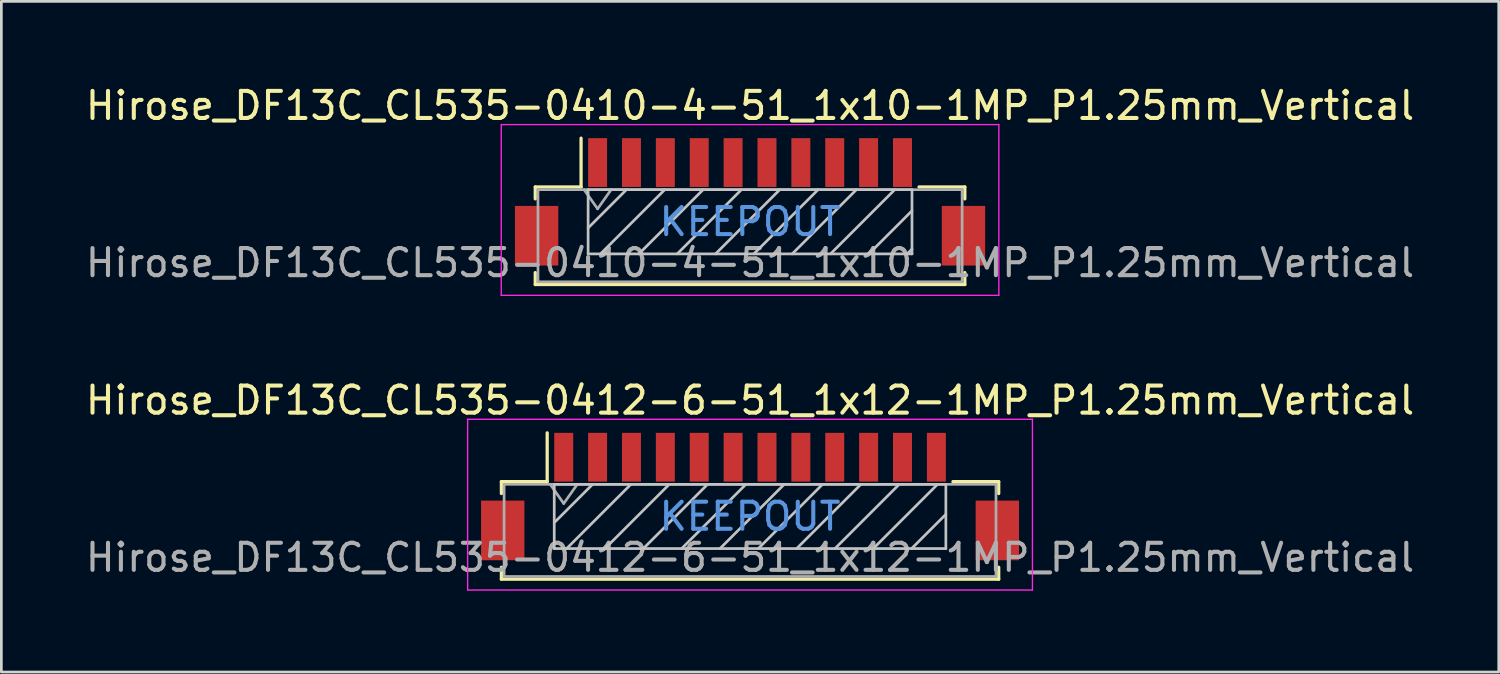
<source format=kicad_pcb>
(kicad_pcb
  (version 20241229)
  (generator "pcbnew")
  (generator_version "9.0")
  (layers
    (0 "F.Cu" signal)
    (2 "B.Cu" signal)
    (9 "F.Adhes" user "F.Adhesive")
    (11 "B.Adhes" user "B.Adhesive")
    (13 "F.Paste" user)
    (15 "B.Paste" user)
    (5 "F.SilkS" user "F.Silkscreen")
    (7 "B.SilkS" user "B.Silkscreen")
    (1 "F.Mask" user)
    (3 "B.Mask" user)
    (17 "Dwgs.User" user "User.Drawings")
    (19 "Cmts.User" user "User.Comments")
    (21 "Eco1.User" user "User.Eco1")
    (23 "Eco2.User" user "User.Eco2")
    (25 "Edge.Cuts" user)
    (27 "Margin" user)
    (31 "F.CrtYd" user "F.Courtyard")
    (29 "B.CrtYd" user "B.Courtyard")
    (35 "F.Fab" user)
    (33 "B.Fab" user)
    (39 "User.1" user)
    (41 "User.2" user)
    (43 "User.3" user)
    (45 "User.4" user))
  (footprint "Hirose_DF13C_CL535-0410-4-51_1x10-1MP_P1.25mm_Vertical"
    (layer "F.Cu")
    (at 24.625 4.398)
    (property "Reference" "Hirose_DF13C_CL535-0410-4-51_1x10-1MP_P1.25mm_Vertical" (at 0 -3.55 0) (layer "F.SilkS") (effects (font (size 1 1) (thickness 0.15))))
    (attr smd)
    (fp_line (start -7.925 -0.55) (end -7.925 -0.11) (stroke (width 0.12) (type solid)) (layer "F.SilkS"))
    (fp_line (start -7.925 2.61) (end -7.925 3.05) (stroke (width 0.12) (type solid)) (layer "F.SilkS"))
    (fp_line (start -7.925 3.05) (end 7.925 3.05) (stroke (width 0.12) (type solid)) (layer "F.SilkS"))
    (fp_line (start -6.235 -0.55) (end -7.925 -0.55) (stroke (width 0.12) (type solid)) (layer "F.SilkS"))
    (fp_line (start -6.235 -0.55) (end -6.235 -2.35) (stroke (width 0.12) (type solid)) (layer "F.SilkS"))
    (fp_line (start 6.235 -0.55) (end 7.925 -0.55) (stroke (width 0.12) (type solid)) (layer "F.SilkS"))
    (fp_line (start 7.925 -0.55) (end 7.925 -0.11) (stroke (width 0.12) (type solid)) (layer "F.SilkS"))
    (fp_line (start 7.925 3.05) (end 7.925 2.61) (stroke (width 0.12) (type solid)) (layer "F.SilkS"))
    (fp_line (start -5.975 -0.45) (end -5.975 1.92) (stroke (width 0.1) (type solid)) (layer "Dwgs.User"))
    (fp_line (start -5.975 1.92) (end 5.975 1.92) (stroke (width 0.1) (type solid)) (layer "Dwgs.User"))
    (fp_line (start -4.561 -0.45) (end -5.975 0.964) (stroke (width 0.1) (type solid)) (layer "Dwgs.User"))
    (fp_line (start -3.147 -0.45) (end -5.517 1.92) (stroke (width 0.1) (type solid)) (layer "Dwgs.User"))
    (fp_line (start -1.732 -0.45) (end -4.102 1.92) (stroke (width 0.1) (type solid)) (layer "Dwgs.User"))
    (fp_line (start -0.318 -0.45) (end -2.688 1.92) (stroke (width 0.1) (type solid)) (layer "Dwgs.User"))
    (fp_line (start 1.096 -0.45) (end -1.274 1.92) (stroke (width 0.1) (type solid)) (layer "Dwgs.User"))
    (fp_line (start 2.51 -0.45) (end 0.14 1.92) (stroke (width 0.1) (type solid)) (layer "Dwgs.User"))
    (fp_line (start 3.924 -0.45) (end 1.554 1.92) (stroke (width 0.1) (type solid)) (layer "Dwgs.User"))
    (fp_line (start 5.339 -0.45) (end 2.969 1.92) (stroke (width 0.1) (type solid)) (layer "Dwgs.User"))
    (fp_line (start 5.975 -0.45) (end -5.975 -0.45) (stroke (width 0.1) (type solid)) (layer "Dwgs.User"))
    (fp_line (start 5.975 0.328) (end 4.383 1.92) (stroke (width 0.1) (type solid)) (layer "Dwgs.User"))
    (fp_line (start 5.975 1.742) (end 5.797 1.92) (stroke (width 0.1) (type solid)) (layer "Dwgs.User"))
    (fp_line (start 5.975 1.92) (end 5.975 -0.45) (stroke (width 0.1) (type solid)) (layer "Dwgs.User"))
    (fp_line (start -9.18 -2.85) (end -9.18 3.45) (stroke (width 0.05) (type solid)) (layer "F.CrtYd"))
    (fp_line (start -9.18 3.45) (end 9.18 3.45) (stroke (width 0.05) (type solid)) (layer "F.CrtYd"))
    (fp_line (start 9.18 -2.85) (end -9.18 -2.85) (stroke (width 0.05) (type solid)) (layer "F.CrtYd"))
    (fp_line (start 9.18 3.45) (end 9.18 -2.85) (stroke (width 0.05) (type solid)) (layer "F.CrtYd"))
    (fp_line (start -7.825 -0.45) (end -7.825 2.95) (stroke (width 0.1) (type solid)) (layer "F.Fab"))
    (fp_line (start -7.825 2.95) (end 7.825 2.95) (stroke (width 0.1) (type solid)) (layer "F.Fab"))
    (fp_line (start -6.125 -0.45) (end -5.625 0.257) (stroke (width 0.1) (type solid)) (layer "F.Fab"))
    (fp_line (start -5.625 0.257) (end -5.125 -0.45) (stroke (width 0.1) (type solid)) (layer "F.Fab"))
    (fp_line (start 7.825 -0.45) (end -7.825 -0.45) (stroke (width 0.1) (type solid)) (layer "F.Fab"))
    (fp_line (start 7.825 2.95) (end 7.825 -0.45) (stroke (width 0.1) (type solid)) (layer "F.Fab"))
    (fp_text user "KEEPOUT" (at 0 0.735 0) (layer "Cmts.User") (effects (font (size 1 1) (thickness 0.15))))
    (fp_text user "${REFERENCE}" (at 0 2.25 0) (layer "F.Fab") (effects (font (size 1 1) (thickness 0.15))))
    (pad "1" smd rect (at -5.625 -1.45) (size 0.7 1.8) (layers "F.Cu" "F.Mask" "F.Paste"))
    (pad "2" smd rect (at -4.375 -1.45) (size 0.7 1.8) (layers "F.Cu" "F.Mask" "F.Paste"))
    (pad "3" smd rect (at -3.125 -1.45) (size 0.7 1.8) (layers "F.Cu" "F.Mask" "F.Paste"))
    (pad "4" smd rect (at -1.875 -1.45) (size 0.7 1.8) (layers "F.Cu" "F.Mask" "F.Paste"))
    (pad "5" smd rect (at -0.625 -1.45) (size 0.7 1.8) (layers "F.Cu" "F.Mask" "F.Paste"))
    (pad "6" smd rect (at 0.625 -1.45) (size 0.7 1.8) (layers "F.Cu" "F.Mask" "F.Paste"))
    (pad "7" smd rect (at 1.875 -1.45) (size 0.7 1.8) (layers "F.Cu" "F.Mask" "F.Paste"))
    (pad "8" smd rect (at 3.125 -1.45) (size 0.7 1.8) (layers "F.Cu" "F.Mask" "F.Paste"))
    (pad "9" smd rect (at 4.375 -1.45) (size 0.7 1.8) (layers "F.Cu" "F.Mask" "F.Paste"))
    (pad "10" smd rect (at 5.625 -1.45) (size 0.7 1.8) (layers "F.Cu" "F.Mask" "F.Paste"))
    (pad "MP" smd rect (at -7.875 1.25) (size 1.6 2.2) (layers "F.Cu" "F.Mask" "F.Paste"))
    (pad "MP" smd rect (at 7.875 1.25) (size 1.6 2.2) (layers "F.Cu" "F.Mask" "F.Paste")))
  (footprint "Hirose_DF13C_CL535-0412-6-51_1x12-1MP_P1.25mm_Vertical"
    (layer "F.Cu")
    (at 24.625 15.271)
    (property "Reference" "Hirose_DF13C_CL535-0412-6-51_1x12-1MP_P1.25mm_Vertical" (at 0 -3.55 0) (layer "F.SilkS") (effects (font (size 1 1) (thickness 0.15))))
    (attr smd)
    (fp_line (start -9.175 -0.55) (end -9.175 -0.11) (stroke (width 0.12) (type solid)) (layer "F.SilkS"))
    (fp_line (start -9.175 2.61) (end -9.175 3.05) (stroke (width 0.12) (type solid)) (layer "F.SilkS"))
    (fp_line (start -9.175 3.05) (end 9.175 3.05) (stroke (width 0.12) (type solid)) (layer "F.SilkS"))
    (fp_line (start -7.485 -0.55) (end -9.175 -0.55) (stroke (width 0.12) (type solid)) (layer "F.SilkS"))
    (fp_line (start -7.485 -0.55) (end -7.485 -2.35) (stroke (width 0.12) (type solid)) (layer "F.SilkS"))
    (fp_line (start 7.485 -0.55) (end 9.175 -0.55) (stroke (width 0.12) (type solid)) (layer "F.SilkS"))
    (fp_line (start 9.175 -0.55) (end 9.175 -0.11) (stroke (width 0.12) (type solid)) (layer "F.SilkS"))
    (fp_line (start 9.175 3.05) (end 9.175 2.61) (stroke (width 0.12) (type solid)) (layer "F.SilkS"))
    (fp_line (start -7.225 -0.45) (end -7.225 1.92) (stroke (width 0.1) (type solid)) (layer "Dwgs.User"))
    (fp_line (start -7.225 1.92) (end 7.225 1.92) (stroke (width 0.1) (type solid)) (layer "Dwgs.User"))
    (fp_line (start -5.811 -0.45) (end -7.225 0.964) (stroke (width 0.1) (type solid)) (layer "Dwgs.User"))
    (fp_line (start -4.397 -0.45) (end -6.767 1.92) (stroke (width 0.1) (type solid)) (layer "Dwgs.User"))
    (fp_line (start -2.982 -0.45) (end -5.352 1.92) (stroke (width 0.1) (type solid)) (layer "Dwgs.User"))
    (fp_line (start -1.568 -0.45) (end -3.938 1.92) (stroke (width 0.1) (type solid)) (layer "Dwgs.User"))
    (fp_line (start -0.154 -0.45) (end -2.524 1.92) (stroke (width 0.1) (type solid)) (layer "Dwgs.User"))
    (fp_line (start 1.26 -0.45) (end -1.11 1.92) (stroke (width 0.1) (type solid)) (layer "Dwgs.User"))
    (fp_line (start 2.674 -0.45) (end 0.304 1.92) (stroke (width 0.1) (type solid)) (layer "Dwgs.User"))
    (fp_line (start 4.089 -0.45) (end 1.719 1.92) (stroke (width 0.1) (type solid)) (layer "Dwgs.User"))
    (fp_line (start 5.503 -0.45) (end 3.133 1.92) (stroke (width 0.1) (type solid)) (layer "Dwgs.User"))
    (fp_line (start 6.917 -0.45) (end 4.547 1.92) (stroke (width 0.1) (type solid)) (layer "Dwgs.User"))
    (fp_line (start 7.225 -0.45) (end -7.225 -0.45) (stroke (width 0.1) (type solid)) (layer "Dwgs.User"))
    (fp_line (start 7.225 0.656) (end 5.961 1.92) (stroke (width 0.1) (type solid)) (layer "Dwgs.User"))
    (fp_line (start 7.225 1.92) (end 7.225 -0.45) (stroke (width 0.1) (type solid)) (layer "Dwgs.User"))
    (fp_line (start -10.42 -2.85) (end -10.42 3.45) (stroke (width 0.05) (type solid)) (layer "F.CrtYd"))
    (fp_line (start -10.42 3.45) (end 10.42 3.45) (stroke (width 0.05) (type solid)) (layer "F.CrtYd"))
    (fp_line (start 10.42 -2.85) (end -10.42 -2.85) (stroke (width 0.05) (type solid)) (layer "F.CrtYd"))
    (fp_line (start 10.42 3.45) (end 10.42 -2.85) (stroke (width 0.05) (type solid)) (layer "F.CrtYd"))
    (fp_line (start -9.075 -0.45) (end -9.075 2.95) (stroke (width 0.1) (type solid)) (layer "F.Fab"))
    (fp_line (start -9.075 2.95) (end 9.075 2.95) (stroke (width 0.1) (type solid)) (layer "F.Fab"))
    (fp_line (start -7.375 -0.45) (end -6.875 0.257) (stroke (width 0.1) (type solid)) (layer "F.Fab"))
    (fp_line (start -6.875 0.257) (end -6.375 -0.45) (stroke (width 0.1) (type solid)) (layer "F.Fab"))
    (fp_line (start 9.075 -0.45) (end -9.075 -0.45) (stroke (width 0.1) (type solid)) (layer "F.Fab"))
    (fp_line (start 9.075 2.95) (end 9.075 -0.45) (stroke (width 0.1) (type solid)) (layer "F.Fab"))
    (fp_text user "KEEPOUT" (at 0 0.735 0) (layer "Cmts.User") (effects (font (size 1 1) (thickness 0.15))))
    (fp_text user "${REFERENCE}" (at 0 2.25 0) (layer "F.Fab") (effects (font (size 1 1) (thickness 0.15))))
    (pad "1" smd rect (at -6.875 -1.45) (size 0.7 1.8) (layers "F.Cu" "F.Mask" "F.Paste"))
    (pad "2" smd rect (at -5.625 -1.45) (size 0.7 1.8) (layers "F.Cu" "F.Mask" "F.Paste"))
    (pad "3" smd rect (at -4.375 -1.45) (size 0.7 1.8) (layers "F.Cu" "F.Mask" "F.Paste"))
    (pad "4" smd rect (at -3.125 -1.45) (size 0.7 1.8) (layers "F.Cu" "F.Mask" "F.Paste"))
    (pad "5" smd rect (at -1.875 -1.45) (size 0.7 1.8) (layers "F.Cu" "F.Mask" "F.Paste"))
    (pad "6" smd rect (at -0.625 -1.45) (size 0.7 1.8) (layers "F.Cu" "F.Mask" "F.Paste"))
    (pad "7" smd rect (at 0.625 -1.45) (size 0.7 1.8) (layers "F.Cu" "F.Mask" "F.Paste"))
    (pad "8" smd rect (at 1.875 -1.45) (size 0.7 1.8) (layers "F.Cu" "F.Mask" "F.Paste"))
    (pad "9" smd rect (at 3.125 -1.45) (size 0.7 1.8) (layers "F.Cu" "F.Mask" "F.Paste"))
    (pad "10" smd rect (at 4.375 -1.45) (size 0.7 1.8) (layers "F.Cu" "F.Mask" "F.Paste"))
    (pad "11" smd rect (at 5.625 -1.45) (size 0.7 1.8) (layers "F.Cu" "F.Mask" "F.Paste"))
    (pad "12" smd rect (at 6.875 -1.45) (size 0.7 1.8) (layers "F.Cu" "F.Mask" "F.Paste"))
    (pad "MP" smd rect (at -9.125 1.25) (size 1.6 2.2) (layers "F.Cu" "F.Mask" "F.Paste"))
    (pad "MP" smd rect (at 9.125 1.25) (size 1.6 2.2) (layers "F.Cu" "F.Mask" "F.Paste")))
  (gr_rect
    (start -3 -3)
    (end 52.25 21.747)
    (stroke (width 0.1) (type default))
    (fill no)
    (layer "Edge.Cuts")))
</source>
